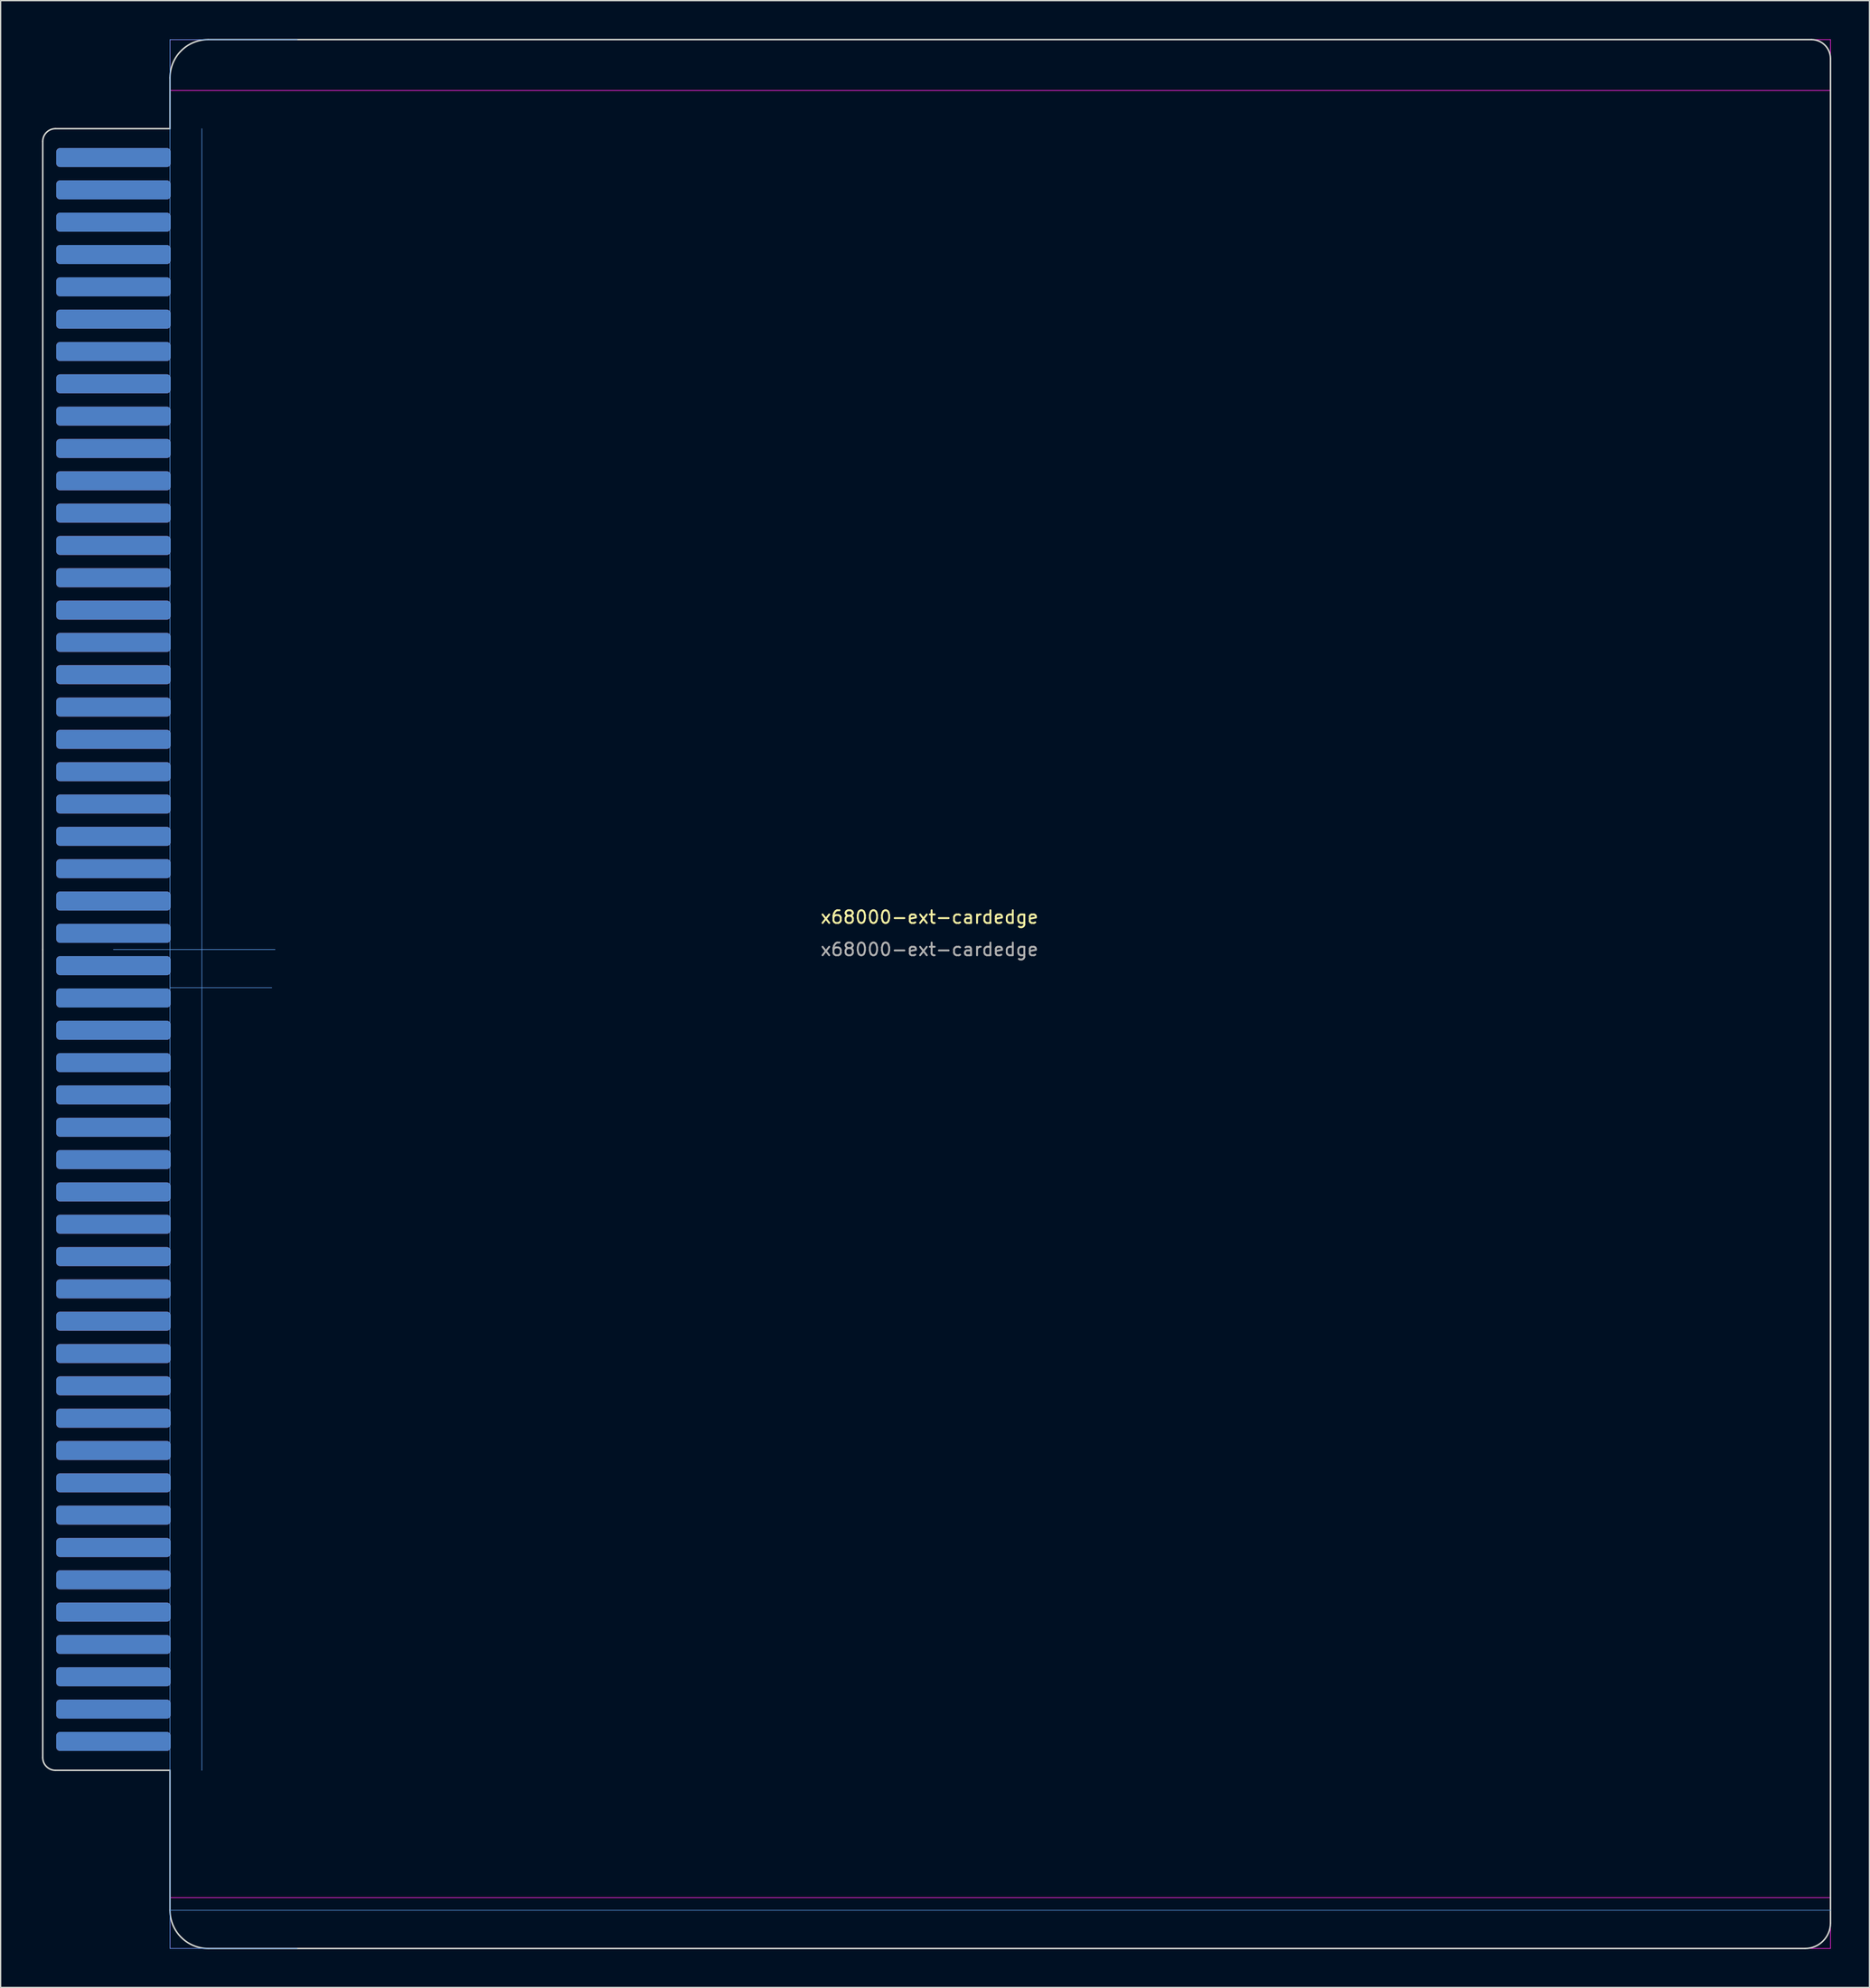
<source format=kicad_pcb>
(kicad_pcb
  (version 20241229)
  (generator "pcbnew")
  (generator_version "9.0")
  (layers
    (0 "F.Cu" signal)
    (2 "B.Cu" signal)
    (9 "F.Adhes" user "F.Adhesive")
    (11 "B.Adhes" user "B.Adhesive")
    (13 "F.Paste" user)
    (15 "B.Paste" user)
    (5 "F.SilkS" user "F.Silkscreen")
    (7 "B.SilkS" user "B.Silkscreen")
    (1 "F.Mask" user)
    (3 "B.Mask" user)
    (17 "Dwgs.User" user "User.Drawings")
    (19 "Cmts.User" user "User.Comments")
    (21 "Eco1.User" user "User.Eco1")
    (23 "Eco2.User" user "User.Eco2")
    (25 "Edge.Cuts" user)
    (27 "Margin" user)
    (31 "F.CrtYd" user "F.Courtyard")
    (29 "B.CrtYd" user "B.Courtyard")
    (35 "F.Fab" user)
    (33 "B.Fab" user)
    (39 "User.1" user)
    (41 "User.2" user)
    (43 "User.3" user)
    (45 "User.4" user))
  (footprint "x68000-ext-cardedge"
    (layer "F.Cu")
    (at 10.31 71.56)
    (property "Reference" "x68000-ext-cardedge" (at 59.69 -2.54 0) (unlocked yes) (layer "F.SilkS") (effects (font (size 1 1) (thickness 0.15))))
    (attr smd)
    (fp_rect (start 0 64.5) (end -10.25 -64.5) (stroke (width 0.12) (type solid)) (fill yes) (layer "F.Mask"))
    (fp_rect (start 0 -64.5) (end -10 64.5) (stroke (width 0.12) (type solid)) (fill yes) (layer "B.Mask"))
    (fp_line (start -4.445 0) (end 8.255 0) (stroke (width 0.05) (type solid)) (layer "Cmts.User"))
    (fp_line (start 0 -71.5) (end 10 -71.5) (stroke (width 0.05) (type solid)) (layer "Cmts.User"))
    (fp_line (start 0 3) (end 0 -71.5) (stroke (width 0.05) (type solid)) (layer "Cmts.User"))
    (fp_line (start 0 3) (end 0 78.5) (stroke (width 0.05) (type solid)) (layer "Cmts.User"))
    (fp_line (start 0 3) (end 8 3) (stroke (width 0.05) (type solid)) (layer "Cmts.User"))
    (fp_line (start 0 75.5) (end 130.5 75.5) (stroke (width 0.05) (type solid)) (layer "Cmts.User"))
    (fp_line (start 0 78.5) (end 10 78.5) (stroke (width 0.05) (type solid)) (layer "Cmts.User"))
    (fp_line (start 2.5 0) (end 2.5 -64.5) (stroke (width 0.05) (type solid)) (layer "Cmts.User"))
    (fp_line (start 2.5 0) (end 2.5 64.5) (stroke (width 0.05) (type solid)) (layer "Cmts.User"))
    (fp_line (start -10 -63.5) (end -10 0) (stroke (width 0.12) (type solid)) (layer "Edge.Cuts"))
    (fp_line (start -10 63.5) (end -10 0) (stroke (width 0.12) (type solid)) (layer "Edge.Cuts"))
    (fp_line (start 0 -68.5) (end 0 -64.5) (stroke (width 0.12) (type solid)) (layer "Edge.Cuts"))
    (fp_line (start 0 -64.5) (end -9 -64.5) (stroke (width 0.12) (type solid)) (layer "Edge.Cuts"))
    (fp_line (start 0 64.5) (end -9 64.5) (stroke (width 0.12) (type solid)) (layer "Edge.Cuts"))
    (fp_line (start 0 75.5) (end 0 64.5) (stroke (width 0.12) (type solid)) (layer "Edge.Cuts"))
    (fp_line (start 3 -71.5) (end 129 -71.5) (stroke (width 0.12) (type solid)) (layer "Edge.Cuts"))
    (fp_line (start 3 78.5) (end 10 78.5) (stroke (width 0.12) (type solid)) (layer "Edge.Cuts"))
    (fp_line (start 10 78.5) (end 128.5 78.5) (stroke (width 0.12) (type solid)) (layer "Edge.Cuts"))
    (fp_line (start 130.5 -70) (end 130.5 76.5) (stroke (width 0.12) (type solid)) (layer "Edge.Cuts"))
    (fp_arc (start -10 -63.5) (mid -9.707107 -64.207107) (end -9 -64.5) (stroke (width 0.12) (type solid)) (layer "Edge.Cuts"))
    (fp_arc (start -9 64.5) (mid -9.707107 64.207107) (end -10 63.5) (stroke (width 0.12) (type solid)) (layer "Edge.Cuts"))
    (fp_arc (start 0 -68.5) (mid 0.87868 -70.62132) (end 3 -71.5) (stroke (width 0.12) (type solid)) (layer "Edge.Cuts"))
    (fp_arc (start 3 78.5) (mid 0.87868 77.62132) (end 0 75.5) (stroke (width 0.12) (type solid)) (layer "Edge.Cuts"))
    (fp_arc (start 129 -71.5) (mid 130.06066 -71.06066) (end 130.5 -70) (stroke (width 0.12) (type solid)) (layer "Edge.Cuts"))
    (fp_arc (start 130.5 76.5) (mid 129.914214 77.914214) (end 128.5 78.5) (stroke (width 0.12) (type solid)) (layer "Edge.Cuts"))
    (fp_rect (start 0 -71.5) (end 130.5 -67.5) (stroke (width 0.05) (type solid)) (fill no) (layer "F.CrtYd"))
    (fp_rect (start 0 78.5) (end 130.5 74.5) (stroke (width 0.05) (type solid)) (fill no) (layer "F.CrtYd"))
    (fp_text user "${REFERENCE}" (at 59.69 0 0) (unlocked yes) (layer "F.Fab") (effects (font (size 1 1) (thickness 0.15))))
    (pad "A1" connect roundrect (at -4.445 62.23) (size 9 1.5) (layers "F.Cu" "F.Mask") (roundrect_rratio 0.2))
    (pad "A2" connect roundrect (at -4.445 59.69) (size 9 1.5) (layers "F.Cu" "F.Mask") (roundrect_rratio 0.2))
    (pad "A3" connect roundrect (at -4.445 57.15) (size 9 1.5) (layers "F.Cu" "F.Mask") (roundrect_rratio 0.2))
    (pad "A4" connect roundrect (at -4.445 54.61) (size 9 1.5) (layers "F.Cu" "F.Mask") (roundrect_rratio 0.2))
    (pad "A5" connect roundrect (at -4.445 52.07) (size 9 1.5) (layers "F.Cu" "F.Mask") (roundrect_rratio 0.2))
    (pad "A6" connect roundrect (at -4.445 49.53) (size 9 1.5) (layers "F.Cu" "F.Mask") (roundrect_rratio 0.2))
    (pad "A7" connect roundrect (at -4.445 46.99) (size 9 1.5) (layers "F.Cu" "F.Mask") (roundrect_rratio 0.2))
    (pad "A8" connect roundrect (at -4.445 44.45) (size 9 1.5) (layers "F.Cu" "F.Mask") (roundrect_rratio 0.2))
    (pad "A9" connect roundrect (at -4.445 41.91) (size 9 1.5) (layers "F.Cu" "F.Mask") (roundrect_rratio 0.2))
    (pad "A10" connect roundrect (at -4.445 39.37) (size 9 1.5) (layers "F.Cu" "F.Mask") (roundrect_rratio 0.2))
    (pad "A11" connect roundrect (at -4.445 36.83) (size 9 1.5) (layers "F.Cu" "F.Mask") (roundrect_rratio 0.2))
    (pad "A12" connect roundrect (at -4.445 34.29) (size 9 1.5) (layers "F.Cu" "F.Mask") (roundrect_rratio 0.2))
    (pad "A13" connect roundrect (at -4.445 31.75) (size 9 1.5) (layers "F.Cu" "F.Mask") (roundrect_rratio 0.2))
    (pad "A14" connect roundrect (at -4.445 29.21) (size 9 1.5) (layers "F.Cu" "F.Mask") (roundrect_rratio 0.2))
    (pad "A15" connect roundrect (at -4.445 26.67) (size 9 1.5) (layers "F.Cu" "F.Mask") (roundrect_rratio 0.2))
    (pad "A16" connect roundrect (at -4.445 24.13) (size 9 1.5) (layers "F.Cu" "F.Mask") (roundrect_rratio 0.2))
    (pad "A17" connect roundrect (at -4.445 21.59) (size 9 1.5) (layers "F.Cu" "F.Mask") (roundrect_rratio 0.2))
    (pad "A18" connect roundrect (at -4.445 19.05) (size 9 1.5) (layers "F.Cu" "F.Mask") (roundrect_rratio 0.2))
    (pad "A19" connect roundrect (at -4.445 16.51) (size 9 1.5) (layers "F.Cu" "F.Mask") (roundrect_rratio 0.2))
    (pad "A20" connect roundrect (at -4.445 13.97) (size 9 1.5) (layers "F.Cu" "F.Mask") (roundrect_rratio 0.2))
    (pad "A21" connect roundrect (at -4.445 11.43) (size 9 1.5) (layers "F.Cu" "F.Mask") (roundrect_rratio 0.2))
    (pad "A22" connect roundrect (at -4.445 8.89) (size 9 1.5) (layers "F.Cu" "F.Mask") (roundrect_rratio 0.2))
    (pad "A23" connect roundrect (at -4.445 6.35) (size 9 1.5) (layers "F.Cu" "F.Mask") (roundrect_rratio 0.2))
    (pad "A24" connect roundrect (at -4.445 3.81) (size 9 1.5) (layers "F.Cu" "F.Mask") (roundrect_rratio 0.2))
    (pad "A25" connect roundrect (at -4.445 1.27) (size 9 1.5) (layers "F.Cu" "F.Mask") (roundrect_rratio 0.2))
    (pad "A26" connect roundrect (at -4.445 -1.27) (size 9 1.5) (layers "F.Cu" "F.Mask") (roundrect_rratio 0.2))
    (pad "A27" connect roundrect (at -4.445 -3.81) (size 9 1.5) (layers "F.Cu" "F.Mask") (roundrect_rratio 0.2))
    (pad "A28" connect roundrect (at -4.445 -6.35) (size 9 1.5) (layers "F.Cu" "F.Mask") (roundrect_rratio 0.2))
    (pad "A29" connect roundrect (at -4.445 -8.89) (size 9 1.5) (layers "F.Cu" "F.Mask") (roundrect_rratio 0.2))
    (pad "A30" connect roundrect (at -4.445 -11.43) (size 9 1.5) (layers "F.Cu" "F.Mask") (roundrect_rratio 0.2))
    (pad "A31" connect roundrect (at -4.445 -13.97) (size 9 1.5) (layers "F.Cu" "F.Mask") (roundrect_rratio 0.2))
    (pad "A32" connect roundrect (at -4.445 -16.51) (size 9 1.5) (layers "F.Cu" "F.Mask") (roundrect_rratio 0.2))
    (pad "A33" connect roundrect (at -4.445 -19.05) (size 9 1.5) (layers "F.Cu" "F.Mask") (roundrect_rratio 0.2))
    (pad "A34" connect roundrect (at -4.445 -21.59) (size 9 1.5) (layers "F.Cu" "F.Mask") (roundrect_rratio 0.2))
    (pad "A35" connect roundrect (at -4.445 -24.13) (size 9 1.5) (layers "F.Cu" "F.Mask") (roundrect_rratio 0.2))
    (pad "A36" connect roundrect (at -4.445 -26.67) (size 9 1.5) (layers "F.Cu" "F.Mask") (roundrect_rratio 0.2))
    (pad "A37" connect roundrect (at -4.445 -29.21) (size 9 1.5) (layers "F.Cu" "F.Mask") (roundrect_rratio 0.2))
    (pad "A38" connect roundrect (at -4.445 -31.75) (size 9 1.5) (layers "F.Cu" "F.Mask") (roundrect_rratio 0.2))
    (pad "A39" connect roundrect (at -4.445 -34.29) (size 9 1.5) (layers "F.Cu" "F.Mask") (roundrect_rratio 0.2))
    (pad "A40" connect roundrect (at -4.445 -36.83) (size 9 1.5) (layers "F.Cu" "F.Mask") (roundrect_rratio 0.2))
    (pad "A41" connect roundrect (at -4.445 -39.37) (size 9 1.5) (layers "F.Cu" "F.Mask") (roundrect_rratio 0.2))
    (pad "A42" connect roundrect (at -4.445 -41.91) (size 9 1.5) (layers "F.Cu" "F.Mask") (roundrect_rratio 0.2))
    (pad "A43" connect roundrect (at -4.445 -44.45) (size 9 1.5) (layers "F.Cu" "F.Mask") (roundrect_rratio 0.2))
    (pad "A44" connect roundrect (at -4.445 -46.99) (size 9 1.5) (layers "F.Cu" "F.Mask") (roundrect_rratio 0.2))
    (pad "A45" connect roundrect (at -4.445 -49.53) (size 9 1.5) (layers "F.Cu" "F.Mask") (roundrect_rratio 0.2))
    (pad "A46" connect roundrect (at -4.445 -52.07) (size 9 1.5) (layers "F.Cu" "F.Mask") (roundrect_rratio 0.2))
    (pad "A47" connect roundrect (at -4.445 -54.61) (size 9 1.5) (layers "F.Cu" "F.Mask") (roundrect_rratio 0.2))
    (pad "A48" connect roundrect (at -4.445 -57.15) (size 9 1.5) (layers "F.Cu" "F.Mask") (roundrect_rratio 0.2))
    (pad "A49" connect roundrect (at -4.445 -59.69) (size 9 1.5) (layers "F.Cu" "F.Mask") (roundrect_rratio 0.2))
    (pad "A50" connect roundrect (at -4.445 -62.23) (size 9 1.5) (layers "F.Cu" "F.Mask") (roundrect_rratio 0.2))
    (pad "B1" connect roundrect (at -4.445 62.23) (size 9 1.5) (layers "B.Cu" "B.Mask") (roundrect_rratio 0.2))
    (pad "B2" connect roundrect (at -4.445 59.69) (size 9 1.5) (layers "B.Cu" "B.Mask") (roundrect_rratio 0.2))
    (pad "B3" connect roundrect (at -4.445 57.15) (size 9 1.5) (layers "B.Cu" "B.Mask") (roundrect_rratio 0.2))
    (pad "B4" connect roundrect (at -4.445 54.61) (size 9 1.5) (layers "B.Cu" "B.Mask") (roundrect_rratio 0.2))
    (pad "B5" connect roundrect (at -4.445 52.07) (size 9 1.5) (layers "B.Cu" "B.Mask") (roundrect_rratio 0.2))
    (pad "B6" connect roundrect (at -4.445 49.53) (size 9 1.5) (layers "B.Cu" "B.Mask") (roundrect_rratio 0.2))
    (pad "B7" connect roundrect (at -4.445 46.99) (size 9 1.5) (layers "B.Cu" "B.Mask") (roundrect_rratio 0.2))
    (pad "B8" connect roundrect (at -4.445 44.45) (size 9 1.5) (layers "B.Cu" "B.Mask") (roundrect_rratio 0.2))
    (pad "B9" connect roundrect (at -4.445 41.91) (size 9 1.5) (layers "B.Cu" "B.Mask") (roundrect_rratio 0.2))
    (pad "B10" connect roundrect (at -4.445 39.37) (size 9 1.5) (layers "B.Cu" "B.Mask") (roundrect_rratio 0.2))
    (pad "B11" connect roundrect (at -4.445 36.83) (size 9 1.5) (layers "B.Cu" "B.Mask") (roundrect_rratio 0.2))
    (pad "B12" connect roundrect (at -4.445 34.29) (size 9 1.5) (layers "B.Cu" "B.Mask") (roundrect_rratio 0.2))
    (pad "B13" connect roundrect (at -4.445 31.75) (size 9 1.5) (layers "B.Cu" "B.Mask") (roundrect_rratio 0.2))
    (pad "B14" connect roundrect (at -4.445 29.21) (size 9 1.5) (layers "B.Cu" "B.Mask") (roundrect_rratio 0.2))
    (pad "B15" connect roundrect (at -4.445 26.67) (size 9 1.5) (layers "B.Cu" "B.Mask") (roundrect_rratio 0.2))
    (pad "B16" connect roundrect (at -4.445 24.13) (size 9 1.5) (layers "B.Cu" "B.Mask") (roundrect_rratio 0.2))
    (pad "B17" connect roundrect (at -4.445 21.59) (size 9 1.5) (layers "B.Cu" "B.Mask") (roundrect_rratio 0.2))
    (pad "B18" connect roundrect (at -4.445 19.05) (size 9 1.5) (layers "B.Cu" "B.Mask") (roundrect_rratio 0.2))
    (pad "B19" connect roundrect (at -4.445 16.51) (size 9 1.5) (layers "B.Cu" "B.Mask") (roundrect_rratio 0.2))
    (pad "B20" connect roundrect (at -4.445 13.97) (size 9 1.5) (layers "B.Cu" "B.Mask") (roundrect_rratio 0.2))
    (pad "B21" connect roundrect (at -4.445 11.43) (size 9 1.5) (layers "B.Cu" "B.Mask") (roundrect_rratio 0.2))
    (pad "B22" connect roundrect (at -4.445 8.89) (size 9 1.5) (layers "B.Cu" "B.Mask") (roundrect_rratio 0.2))
    (pad "B23" connect roundrect (at -4.445 6.35) (size 9 1.5) (layers "B.Cu" "B.Mask") (roundrect_rratio 0.2))
    (pad "B24" connect roundrect (at -4.445 3.81) (size 9 1.5) (layers "B.Cu" "B.Mask") (roundrect_rratio 0.2))
    (pad "B25" connect roundrect (at -4.445 1.27) (size 9 1.5) (layers "B.Cu" "B.Mask") (roundrect_rratio 0.2))
    (pad "B26" connect roundrect (at -4.445 -1.27) (size 9 1.5) (layers "B.Cu" "B.Mask") (roundrect_rratio 0.2))
    (pad "B27" connect roundrect (at -4.445 -3.81) (size 9 1.5) (layers "B.Cu" "B.Mask") (roundrect_rratio 0.2))
    (pad "B28" connect roundrect (at -4.445 -6.35) (size 9 1.5) (layers "B.Cu" "B.Mask") (roundrect_rratio 0.2))
    (pad "B29" connect roundrect (at -4.445 -8.89) (size 9 1.5) (layers "B.Cu" "B.Mask") (roundrect_rratio 0.2))
    (pad "B30" connect roundrect (at -4.445 -11.43) (size 9 1.5) (layers "B.Cu" "B.Mask") (roundrect_rratio 0.2))
    (pad "B31" connect roundrect (at -4.445 -13.97) (size 9 1.5) (layers "B.Cu" "B.Mask") (roundrect_rratio 0.2))
    (pad "B32" connect roundrect (at -4.445 -16.51) (size 9 1.5) (layers "B.Cu" "B.Mask") (roundrect_rratio 0.2))
    (pad "B33" connect roundrect (at -4.445 -19.05) (size 9 1.5) (layers "B.Cu" "B.Mask") (roundrect_rratio 0.2))
    (pad "B34" connect roundrect (at -4.445 -21.59) (size 9 1.5) (layers "B.Cu" "B.Mask") (roundrect_rratio 0.2))
    (pad "B35" connect roundrect (at -4.445 -24.13) (size 9 1.5) (layers "B.Cu" "B.Mask") (roundrect_rratio 0.2))
    (pad "B36" connect roundrect (at -4.445 -26.67) (size 9 1.5) (layers "B.Cu" "B.Mask") (roundrect_rratio 0.2))
    (pad "B37" connect roundrect (at -4.445 -29.21) (size 9 1.5) (layers "B.Cu" "B.Mask") (roundrect_rratio 0.2))
    (pad "B38" connect roundrect (at -4.445 -31.75) (size 9 1.5) (layers "B.Cu" "B.Mask") (roundrect_rratio 0.2))
    (pad "B39" connect roundrect (at -4.445 -34.29) (size 9 1.5) (layers "B.Cu" "B.Mask") (roundrect_rratio 0.2))
    (pad "B40" connect roundrect (at -4.445 -36.83) (size 9 1.5) (layers "B.Cu" "B.Mask") (roundrect_rratio 0.2))
    (pad "B41" connect roundrect (at -4.445 -39.37) (size 9 1.5) (layers "B.Cu" "B.Mask") (roundrect_rratio 0.2))
    (pad "B42" connect roundrect (at -4.445 -41.91) (size 9 1.5) (layers "B.Cu" "B.Mask") (roundrect_rratio 0.2))
    (pad "B43" connect roundrect (at -4.445 -44.45) (size 9 1.5) (layers "B.Cu" "B.Mask") (roundrect_rratio 0.2))
    (pad "B44" connect roundrect (at -4.445 -46.99) (size 9 1.5) (layers "B.Cu" "B.Mask") (roundrect_rratio 0.2))
    (pad "B45" connect roundrect (at -4.445 -49.53) (size 9 1.5) (layers "B.Cu" "B.Mask") (roundrect_rratio 0.2))
    (pad "B46" connect roundrect (at -4.445 -52.07) (size 9 1.5) (layers "B.Cu" "B.Mask") (roundrect_rratio 0.2))
    (pad "B47" connect roundrect (at -4.445 -54.61) (size 9 1.5) (layers "B.Cu" "B.Mask") (roundrect_rratio 0.2))
    (pad "B48" connect roundrect (at -4.445 -57.15) (size 9 1.5) (layers "B.Cu" "B.Mask") (roundrect_rratio 0.2))
    (pad "B49" connect roundrect (at -4.445 -59.69) (size 9 1.5) (layers "B.Cu" "B.Mask") (roundrect_rratio 0.2))
    (pad "B50" connect roundrect (at -4.445 -62.23) (size 9 1.5) (layers "B.Cu" "B.Mask") (roundrect_rratio 0.2)))
  (gr_rect
    (start -3 -3)
    (end 143.87 153.12)
    (stroke (width 0.1) (type default))
    (fill no)
    (layer "Edge.Cuts")))
</source>
